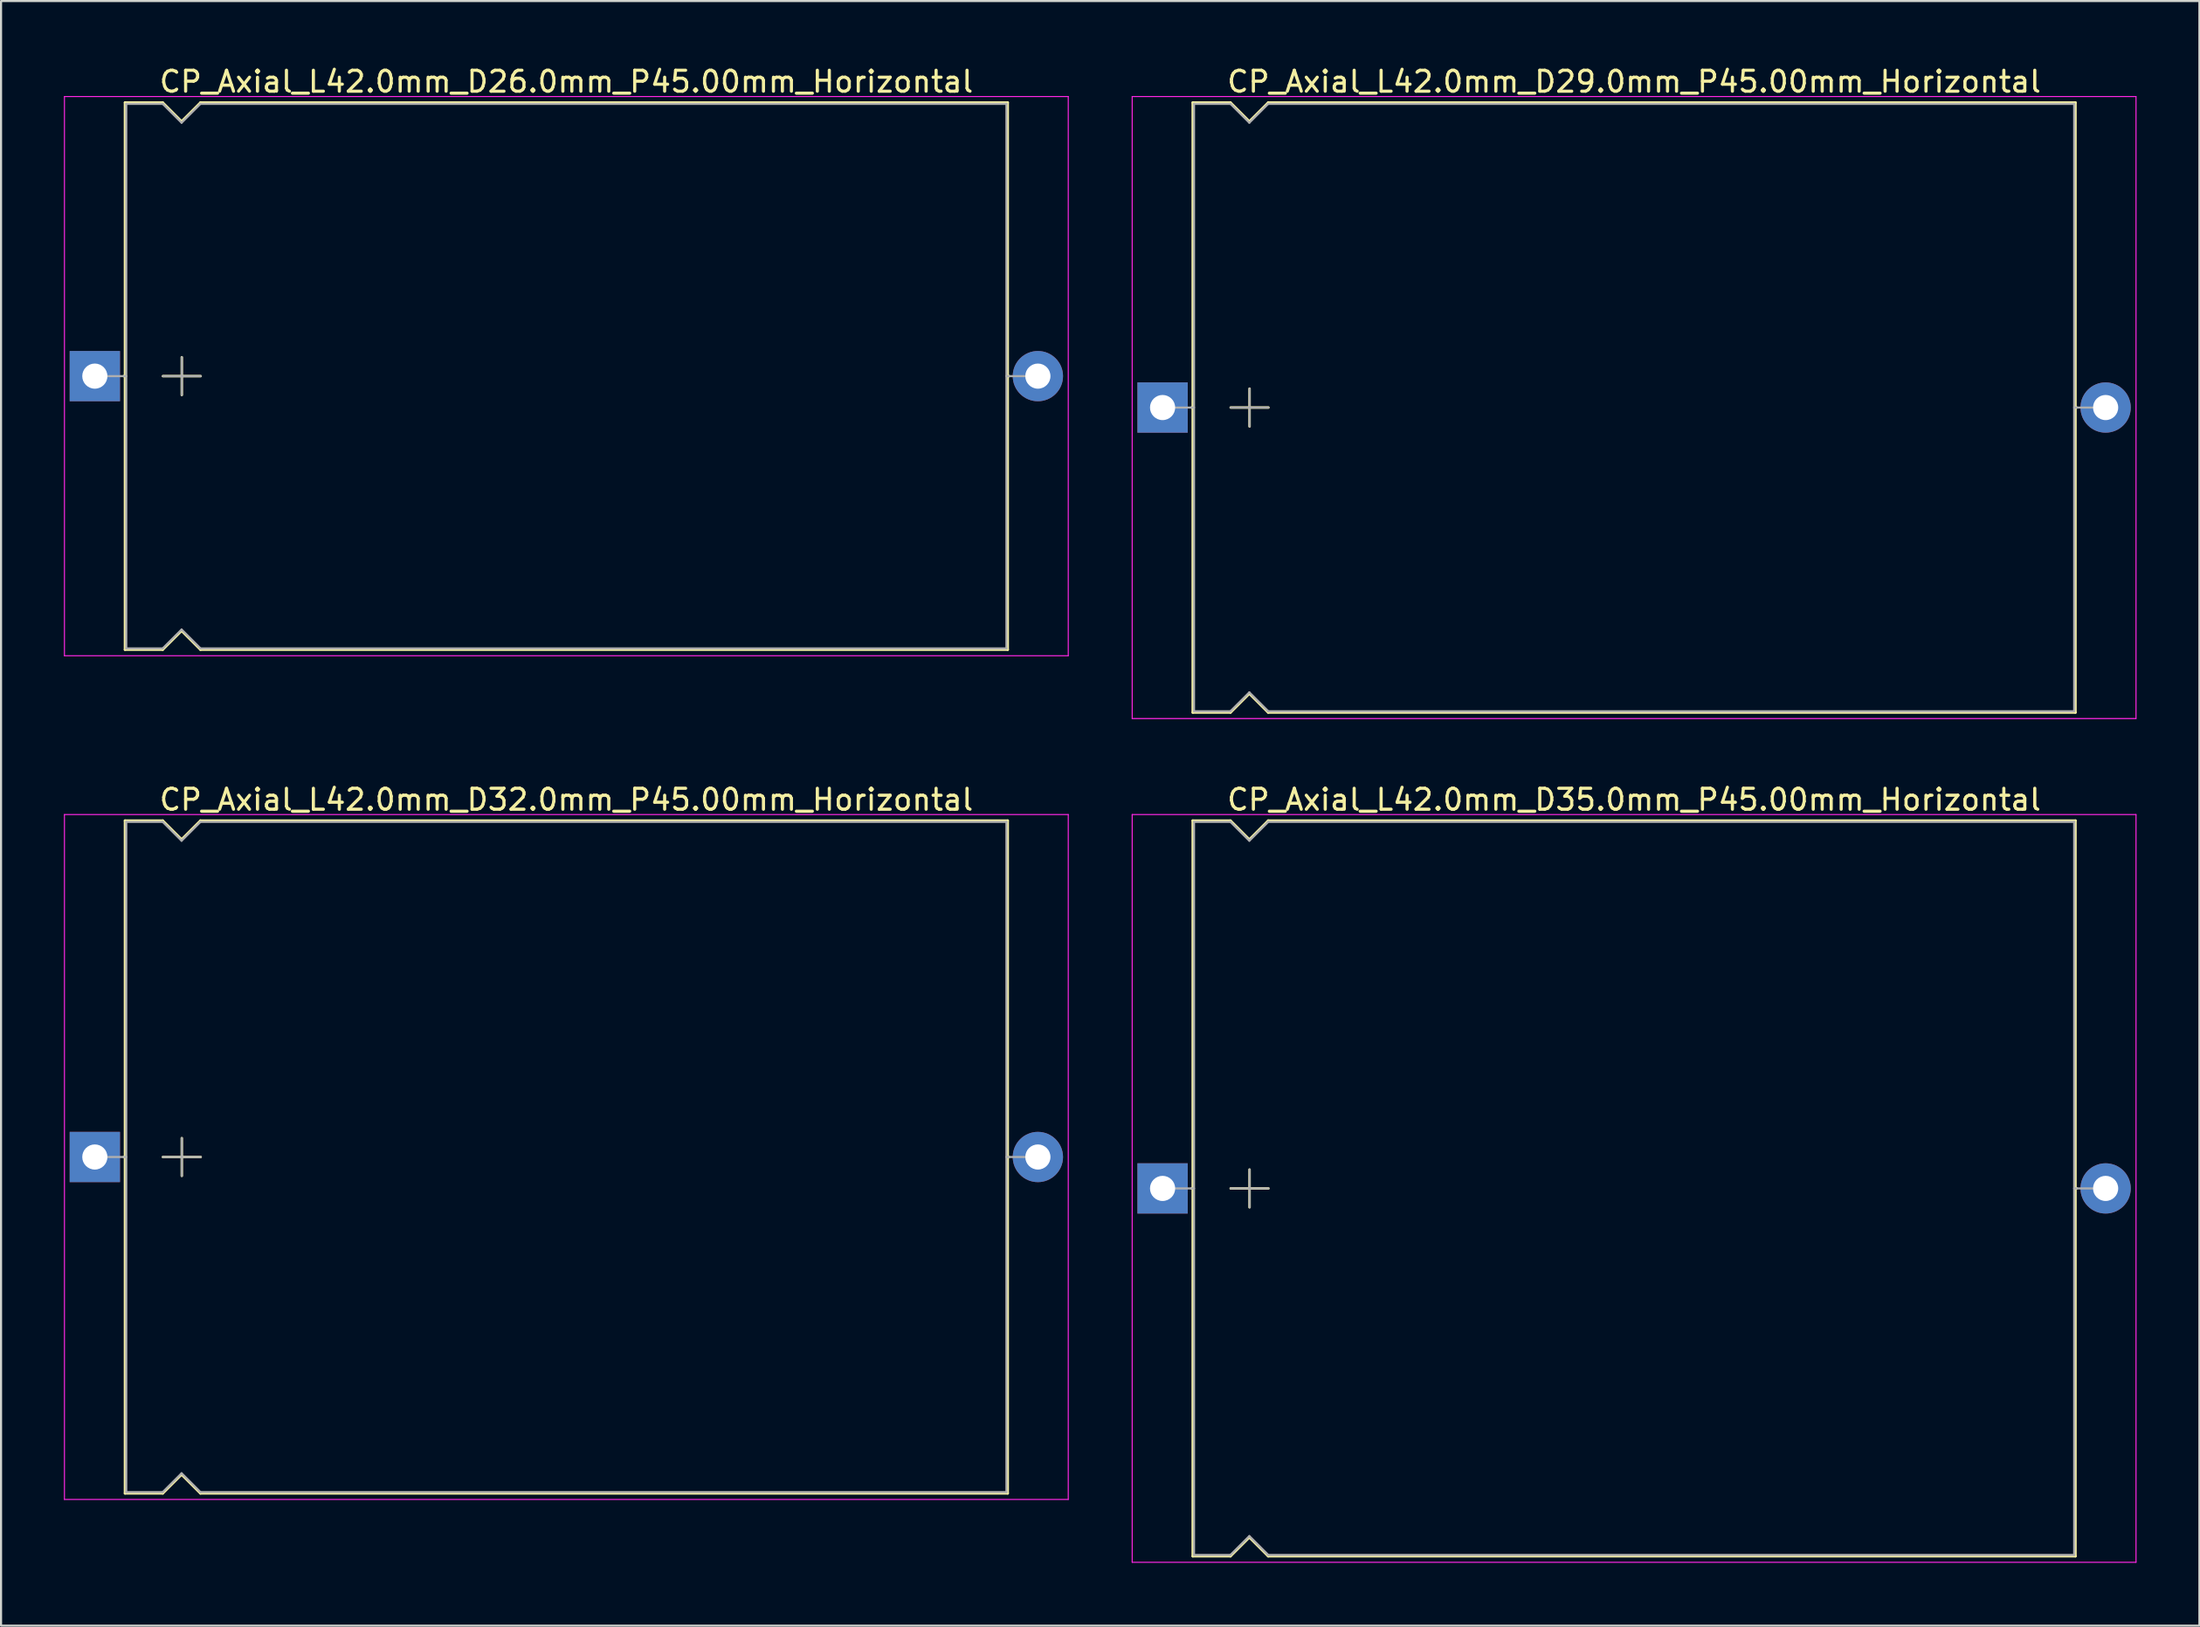
<source format=kicad_pcb>
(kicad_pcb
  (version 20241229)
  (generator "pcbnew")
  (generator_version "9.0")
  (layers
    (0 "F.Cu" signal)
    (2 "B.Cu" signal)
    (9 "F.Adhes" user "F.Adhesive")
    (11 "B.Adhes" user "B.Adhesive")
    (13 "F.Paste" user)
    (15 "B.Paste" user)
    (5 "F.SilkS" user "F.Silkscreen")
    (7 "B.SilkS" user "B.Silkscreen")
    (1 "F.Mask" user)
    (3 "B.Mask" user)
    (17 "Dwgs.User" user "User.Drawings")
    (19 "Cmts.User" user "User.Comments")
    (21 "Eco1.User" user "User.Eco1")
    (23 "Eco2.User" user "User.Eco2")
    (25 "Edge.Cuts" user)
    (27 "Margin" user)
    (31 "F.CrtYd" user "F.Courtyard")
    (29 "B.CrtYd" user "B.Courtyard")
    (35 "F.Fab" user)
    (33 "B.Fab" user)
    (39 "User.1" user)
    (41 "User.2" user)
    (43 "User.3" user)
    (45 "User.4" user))
  (footprint "CP_Axial_L42.0mm_D35.0mm_P45.00mm_Horizontal"
    (layer "F.Cu")
    (at 52.425 53.691)
    (property "Reference" "CP_Axial_L42.0mm_D35.0mm_P45.00mm_Horizontal" (at 22.5 -18.56 0) (layer "F.SilkS") (effects (font (size 1 1) (thickness 0.15))))
    (attr through_hole)
    (fp_line (start 1.38 0) (end 1.44 0) (stroke (width 0.12) (type solid)) (layer "F.SilkS"))
    (fp_line (start 1.44 -17.56) (end 1.44 17.56) (stroke (width 0.12) (type solid)) (layer "F.SilkS"))
    (fp_line (start 1.44 -17.56) (end 3.24 -17.56) (stroke (width 0.12) (type solid)) (layer "F.SilkS"))
    (fp_line (start 1.44 17.56) (end 3.24 17.56) (stroke (width 0.12) (type solid)) (layer "F.SilkS"))
    (fp_line (start 3.24 -17.56) (end 4.14 -16.66) (stroke (width 0.12) (type solid)) (layer "F.SilkS"))
    (fp_line (start 3.24 17.56) (end 4.14 16.66) (stroke (width 0.12) (type solid)) (layer "F.SilkS"))
    (fp_line (start 3.25 0) (end 5.05 0) (stroke (width 0.12) (type solid)) (layer "F.SilkS"))
    (fp_line (start 4.14 -16.66) (end 5.04 -17.56) (stroke (width 0.12) (type solid)) (layer "F.SilkS"))
    (fp_line (start 4.14 16.66) (end 5.04 17.56) (stroke (width 0.12) (type solid)) (layer "F.SilkS"))
    (fp_line (start 4.15 -0.9) (end 4.15 0.9) (stroke (width 0.12) (type solid)) (layer "F.SilkS"))
    (fp_line (start 5.04 -17.56) (end 43.56 -17.56) (stroke (width 0.12) (type solid)) (layer "F.SilkS"))
    (fp_line (start 5.04 17.56) (end 43.56 17.56) (stroke (width 0.12) (type solid)) (layer "F.SilkS"))
    (fp_line (start 43.56 -17.56) (end 43.56 17.56) (stroke (width 0.12) (type solid)) (layer "F.SilkS"))
    (fp_line (start 43.62 0) (end 43.56 0) (stroke (width 0.12) (type solid)) (layer "F.SilkS"))
    (fp_line (start -1.45 -17.85) (end -1.45 17.85) (stroke (width 0.05) (type solid)) (layer "F.CrtYd"))
    (fp_line (start -1.45 17.85) (end 46.45 17.85) (stroke (width 0.05) (type solid)) (layer "F.CrtYd"))
    (fp_line (start 46.45 -17.85) (end -1.45 -17.85) (stroke (width 0.05) (type solid)) (layer "F.CrtYd"))
    (fp_line (start 46.45 17.85) (end 46.45 -17.85) (stroke (width 0.05) (type solid)) (layer "F.CrtYd"))
    (fp_line (start 0 0) (end 1.5 0) (stroke (width 0.1) (type solid)) (layer "F.Fab"))
    (fp_line (start 1.5 -17.5) (end 1.5 17.5) (stroke (width 0.1) (type solid)) (layer "F.Fab"))
    (fp_line (start 1.5 -17.5) (end 3.24 -17.5) (stroke (width 0.1) (type solid)) (layer "F.Fab"))
    (fp_line (start 1.5 17.5) (end 3.24 17.5) (stroke (width 0.1) (type solid)) (layer "F.Fab"))
    (fp_line (start 3.24 -17.5) (end 4.14 -16.6) (stroke (width 0.1) (type solid)) (layer "F.Fab"))
    (fp_line (start 3.24 17.5) (end 4.14 16.6) (stroke (width 0.1) (type solid)) (layer "F.Fab"))
    (fp_line (start 3.25 0) (end 5.05 0) (stroke (width 0.1) (type solid)) (layer "F.Fab"))
    (fp_line (start 4.14 -16.6) (end 5.04 -17.5) (stroke (width 0.1) (type solid)) (layer "F.Fab"))
    (fp_line (start 4.14 16.6) (end 5.04 17.5) (stroke (width 0.1) (type solid)) (layer "F.Fab"))
    (fp_line (start 4.15 -0.9) (end 4.15 0.9) (stroke (width 0.1) (type solid)) (layer "F.Fab"))
    (fp_line (start 5.04 -17.5) (end 43.5 -17.5) (stroke (width 0.1) (type solid)) (layer "F.Fab"))
    (fp_line (start 5.04 17.5) (end 43.5 17.5) (stroke (width 0.1) (type solid)) (layer "F.Fab"))
    (fp_line (start 43.5 -17.5) (end 43.5 17.5) (stroke (width 0.1) (type solid)) (layer "F.Fab"))
    (fp_line (start 45 0) (end 43.5 0) (stroke (width 0.1) (type solid)) (layer "F.Fab"))
    (pad "1" thru_hole rect (at 0 0) (size 2.4 2.4) (drill 1.2) (layers "*.Cu" "*.Mask"))
    (pad "2" thru_hole oval (at 45 0) (size 2.4 2.4) (drill 1.2) (layers "*.Cu" "*.Mask")))
  (footprint "CP_Axial_L42.0mm_D32.0mm_P45.00mm_Horizontal"
    (layer "F.Cu")
    (at 1.475 52.191)
    (property "Reference" "CP_Axial_L42.0mm_D32.0mm_P45.00mm_Horizontal" (at 22.5 -17.06 0) (layer "F.SilkS") (effects (font (size 1 1) (thickness 0.15))))
    (attr through_hole)
    (fp_line (start 1.38 0) (end 1.44 0) (stroke (width 0.12) (type solid)) (layer "F.SilkS"))
    (fp_line (start 1.44 -16.06) (end 1.44 16.06) (stroke (width 0.12) (type solid)) (layer "F.SilkS"))
    (fp_line (start 1.44 -16.06) (end 3.24 -16.06) (stroke (width 0.12) (type solid)) (layer "F.SilkS"))
    (fp_line (start 1.44 16.06) (end 3.24 16.06) (stroke (width 0.12) (type solid)) (layer "F.SilkS"))
    (fp_line (start 3.24 -16.06) (end 4.14 -15.16) (stroke (width 0.12) (type solid)) (layer "F.SilkS"))
    (fp_line (start 3.24 16.06) (end 4.14 15.16) (stroke (width 0.12) (type solid)) (layer "F.SilkS"))
    (fp_line (start 3.25 0) (end 5.05 0) (stroke (width 0.12) (type solid)) (layer "F.SilkS"))
    (fp_line (start 4.14 -15.16) (end 5.04 -16.06) (stroke (width 0.12) (type solid)) (layer "F.SilkS"))
    (fp_line (start 4.14 15.16) (end 5.04 16.06) (stroke (width 0.12) (type solid)) (layer "F.SilkS"))
    (fp_line (start 4.15 -0.9) (end 4.15 0.9) (stroke (width 0.12) (type solid)) (layer "F.SilkS"))
    (fp_line (start 5.04 -16.06) (end 43.56 -16.06) (stroke (width 0.12) (type solid)) (layer "F.SilkS"))
    (fp_line (start 5.04 16.06) (end 43.56 16.06) (stroke (width 0.12) (type solid)) (layer "F.SilkS"))
    (fp_line (start 43.56 -16.06) (end 43.56 16.06) (stroke (width 0.12) (type solid)) (layer "F.SilkS"))
    (fp_line (start 43.62 0) (end 43.56 0) (stroke (width 0.12) (type solid)) (layer "F.SilkS"))
    (fp_line (start -1.45 -16.35) (end -1.45 16.35) (stroke (width 0.05) (type solid)) (layer "F.CrtYd"))
    (fp_line (start -1.45 16.35) (end 46.45 16.35) (stroke (width 0.05) (type solid)) (layer "F.CrtYd"))
    (fp_line (start 46.45 -16.35) (end -1.45 -16.35) (stroke (width 0.05) (type solid)) (layer "F.CrtYd"))
    (fp_line (start 46.45 16.35) (end 46.45 -16.35) (stroke (width 0.05) (type solid)) (layer "F.CrtYd"))
    (fp_line (start 0 0) (end 1.5 0) (stroke (width 0.1) (type solid)) (layer "F.Fab"))
    (fp_line (start 1.5 -16) (end 1.5 16) (stroke (width 0.1) (type solid)) (layer "F.Fab"))
    (fp_line (start 1.5 -16) (end 3.24 -16) (stroke (width 0.1) (type solid)) (layer "F.Fab"))
    (fp_line (start 1.5 16) (end 3.24 16) (stroke (width 0.1) (type solid)) (layer "F.Fab"))
    (fp_line (start 3.24 -16) (end 4.14 -15.1) (stroke (width 0.1) (type solid)) (layer "F.Fab"))
    (fp_line (start 3.24 16) (end 4.14 15.1) (stroke (width 0.1) (type solid)) (layer "F.Fab"))
    (fp_line (start 3.25 0) (end 5.05 0) (stroke (width 0.1) (type solid)) (layer "F.Fab"))
    (fp_line (start 4.14 -15.1) (end 5.04 -16) (stroke (width 0.1) (type solid)) (layer "F.Fab"))
    (fp_line (start 4.14 15.1) (end 5.04 16) (stroke (width 0.1) (type solid)) (layer "F.Fab"))
    (fp_line (start 4.15 -0.9) (end 4.15 0.9) (stroke (width 0.1) (type solid)) (layer "F.Fab"))
    (fp_line (start 5.04 -16) (end 43.5 -16) (stroke (width 0.1) (type solid)) (layer "F.Fab"))
    (fp_line (start 5.04 16) (end 43.5 16) (stroke (width 0.1) (type solid)) (layer "F.Fab"))
    (fp_line (start 43.5 -16) (end 43.5 16) (stroke (width 0.1) (type solid)) (layer "F.Fab"))
    (fp_line (start 45 0) (end 43.5 0) (stroke (width 0.1) (type solid)) (layer "F.Fab"))
    (pad "1" thru_hole rect (at 0 0) (size 2.4 2.4) (drill 1.2) (layers "*.Cu" "*.Mask"))
    (pad "2" thru_hole oval (at 45 0) (size 2.4 2.4) (drill 1.2) (layers "*.Cu" "*.Mask")))
  (footprint "CP_Axial_L42.0mm_D29.0mm_P45.00mm_Horizontal"
    (layer "F.Cu")
    (at 52.425 16.408)
    (property "Reference" "CP_Axial_L42.0mm_D29.0mm_P45.00mm_Horizontal" (at 22.5 -15.56 0) (layer "F.SilkS") (effects (font (size 1 1) (thickness 0.15))))
    (attr through_hole)
    (fp_line (start 1.38 0) (end 1.44 0) (stroke (width 0.12) (type solid)) (layer "F.SilkS"))
    (fp_line (start 1.44 -14.56) (end 1.44 14.56) (stroke (width 0.12) (type solid)) (layer "F.SilkS"))
    (fp_line (start 1.44 -14.56) (end 3.24 -14.56) (stroke (width 0.12) (type solid)) (layer "F.SilkS"))
    (fp_line (start 1.44 14.56) (end 3.24 14.56) (stroke (width 0.12) (type solid)) (layer "F.SilkS"))
    (fp_line (start 3.24 -14.56) (end 4.14 -13.66) (stroke (width 0.12) (type solid)) (layer "F.SilkS"))
    (fp_line (start 3.24 14.56) (end 4.14 13.66) (stroke (width 0.12) (type solid)) (layer "F.SilkS"))
    (fp_line (start 3.25 0) (end 5.05 0) (stroke (width 0.12) (type solid)) (layer "F.SilkS"))
    (fp_line (start 4.14 -13.66) (end 5.04 -14.56) (stroke (width 0.12) (type solid)) (layer "F.SilkS"))
    (fp_line (start 4.14 13.66) (end 5.04 14.56) (stroke (width 0.12) (type solid)) (layer "F.SilkS"))
    (fp_line (start 4.15 -0.9) (end 4.15 0.9) (stroke (width 0.12) (type solid)) (layer "F.SilkS"))
    (fp_line (start 5.04 -14.56) (end 43.56 -14.56) (stroke (width 0.12) (type solid)) (layer "F.SilkS"))
    (fp_line (start 5.04 14.56) (end 43.56 14.56) (stroke (width 0.12) (type solid)) (layer "F.SilkS"))
    (fp_line (start 43.56 -14.56) (end 43.56 14.56) (stroke (width 0.12) (type solid)) (layer "F.SilkS"))
    (fp_line (start 43.62 0) (end 43.56 0) (stroke (width 0.12) (type solid)) (layer "F.SilkS"))
    (fp_line (start -1.45 -14.85) (end -1.45 14.85) (stroke (width 0.05) (type solid)) (layer "F.CrtYd"))
    (fp_line (start -1.45 14.85) (end 46.45 14.85) (stroke (width 0.05) (type solid)) (layer "F.CrtYd"))
    (fp_line (start 46.45 -14.85) (end -1.45 -14.85) (stroke (width 0.05) (type solid)) (layer "F.CrtYd"))
    (fp_line (start 46.45 14.85) (end 46.45 -14.85) (stroke (width 0.05) (type solid)) (layer "F.CrtYd"))
    (fp_line (start 0 0) (end 1.5 0) (stroke (width 0.1) (type solid)) (layer "F.Fab"))
    (fp_line (start 1.5 -14.5) (end 1.5 14.5) (stroke (width 0.1) (type solid)) (layer "F.Fab"))
    (fp_line (start 1.5 -14.5) (end 3.24 -14.5) (stroke (width 0.1) (type solid)) (layer "F.Fab"))
    (fp_line (start 1.5 14.5) (end 3.24 14.5) (stroke (width 0.1) (type solid)) (layer "F.Fab"))
    (fp_line (start 3.24 -14.5) (end 4.14 -13.6) (stroke (width 0.1) (type solid)) (layer "F.Fab"))
    (fp_line (start 3.24 14.5) (end 4.14 13.6) (stroke (width 0.1) (type solid)) (layer "F.Fab"))
    (fp_line (start 3.25 0) (end 5.05 0) (stroke (width 0.1) (type solid)) (layer "F.Fab"))
    (fp_line (start 4.14 -13.6) (end 5.04 -14.5) (stroke (width 0.1) (type solid)) (layer "F.Fab"))
    (fp_line (start 4.14 13.6) (end 5.04 14.5) (stroke (width 0.1) (type solid)) (layer "F.Fab"))
    (fp_line (start 4.15 -0.9) (end 4.15 0.9) (stroke (width 0.1) (type solid)) (layer "F.Fab"))
    (fp_line (start 5.04 -14.5) (end 43.5 -14.5) (stroke (width 0.1) (type solid)) (layer "F.Fab"))
    (fp_line (start 5.04 14.5) (end 43.5 14.5) (stroke (width 0.1) (type solid)) (layer "F.Fab"))
    (fp_line (start 43.5 -14.5) (end 43.5 14.5) (stroke (width 0.1) (type solid)) (layer "F.Fab"))
    (fp_line (start 45 0) (end 43.5 0) (stroke (width 0.1) (type solid)) (layer "F.Fab"))
    (pad "1" thru_hole rect (at 0 0) (size 2.4 2.4) (drill 1.2) (layers "*.Cu" "*.Mask"))
    (pad "2" thru_hole oval (at 45 0) (size 2.4 2.4) (drill 1.2) (layers "*.Cu" "*.Mask")))
  (footprint "CP_Axial_L42.0mm_D26.0mm_P45.00mm_Horizontal"
    (layer "F.Cu")
    (at 1.475 14.908)
    (property "Reference" "CP_Axial_L42.0mm_D26.0mm_P45.00mm_Horizontal" (at 22.5 -14.06 0) (layer "F.SilkS") (effects (font (size 1 1) (thickness 0.15))))
    (attr through_hole)
    (fp_line (start 1.38 0) (end 1.44 0) (stroke (width 0.12) (type solid)) (layer "F.SilkS"))
    (fp_line (start 1.44 -13.06) (end 1.44 13.06) (stroke (width 0.12) (type solid)) (layer "F.SilkS"))
    (fp_line (start 1.44 -13.06) (end 3.24 -13.06) (stroke (width 0.12) (type solid)) (layer "F.SilkS"))
    (fp_line (start 1.44 13.06) (end 3.24 13.06) (stroke (width 0.12) (type solid)) (layer "F.SilkS"))
    (fp_line (start 3.24 -13.06) (end 4.14 -12.16) (stroke (width 0.12) (type solid)) (layer "F.SilkS"))
    (fp_line (start 3.24 13.06) (end 4.14 12.16) (stroke (width 0.12) (type solid)) (layer "F.SilkS"))
    (fp_line (start 3.25 0) (end 5.05 0) (stroke (width 0.12) (type solid)) (layer "F.SilkS"))
    (fp_line (start 4.14 -12.16) (end 5.04 -13.06) (stroke (width 0.12) (type solid)) (layer "F.SilkS"))
    (fp_line (start 4.14 12.16) (end 5.04 13.06) (stroke (width 0.12) (type solid)) (layer "F.SilkS"))
    (fp_line (start 4.15 -0.9) (end 4.15 0.9) (stroke (width 0.12) (type solid)) (layer "F.SilkS"))
    (fp_line (start 5.04 -13.06) (end 43.56 -13.06) (stroke (width 0.12) (type solid)) (layer "F.SilkS"))
    (fp_line (start 5.04 13.06) (end 43.56 13.06) (stroke (width 0.12) (type solid)) (layer "F.SilkS"))
    (fp_line (start 43.56 -13.06) (end 43.56 13.06) (stroke (width 0.12) (type solid)) (layer "F.SilkS"))
    (fp_line (start 43.62 0) (end 43.56 0) (stroke (width 0.12) (type solid)) (layer "F.SilkS"))
    (fp_line (start -1.45 -13.35) (end -1.45 13.35) (stroke (width 0.05) (type solid)) (layer "F.CrtYd"))
    (fp_line (start -1.45 13.35) (end 46.45 13.35) (stroke (width 0.05) (type solid)) (layer "F.CrtYd"))
    (fp_line (start 46.45 -13.35) (end -1.45 -13.35) (stroke (width 0.05) (type solid)) (layer "F.CrtYd"))
    (fp_line (start 46.45 13.35) (end 46.45 -13.35) (stroke (width 0.05) (type solid)) (layer "F.CrtYd"))
    (fp_line (start 0 0) (end 1.5 0) (stroke (width 0.1) (type solid)) (layer "F.Fab"))
    (fp_line (start 1.5 -13) (end 1.5 13) (stroke (width 0.1) (type solid)) (layer "F.Fab"))
    (fp_line (start 1.5 -13) (end 3.24 -13) (stroke (width 0.1) (type solid)) (layer "F.Fab"))
    (fp_line (start 1.5 13) (end 3.24 13) (stroke (width 0.1) (type solid)) (layer "F.Fab"))
    (fp_line (start 3.24 -13) (end 4.14 -12.1) (stroke (width 0.1) (type solid)) (layer "F.Fab"))
    (fp_line (start 3.24 13) (end 4.14 12.1) (stroke (width 0.1) (type solid)) (layer "F.Fab"))
    (fp_line (start 3.25 0) (end 5.05 0) (stroke (width 0.1) (type solid)) (layer "F.Fab"))
    (fp_line (start 4.14 -12.1) (end 5.04 -13) (stroke (width 0.1) (type solid)) (layer "F.Fab"))
    (fp_line (start 4.14 12.1) (end 5.04 13) (stroke (width 0.1) (type solid)) (layer "F.Fab"))
    (fp_line (start 4.15 -0.9) (end 4.15 0.9) (stroke (width 0.1) (type solid)) (layer "F.Fab"))
    (fp_line (start 5.04 -13) (end 43.5 -13) (stroke (width 0.1) (type solid)) (layer "F.Fab"))
    (fp_line (start 5.04 13) (end 43.5 13) (stroke (width 0.1) (type solid)) (layer "F.Fab"))
    (fp_line (start 43.5 -13) (end 43.5 13) (stroke (width 0.1) (type solid)) (layer "F.Fab"))
    (fp_line (start 45 0) (end 43.5 0) (stroke (width 0.1) (type solid)) (layer "F.Fab"))
    (pad "1" thru_hole rect (at 0 0) (size 2.4 2.4) (drill 1.2) (layers "*.Cu" "*.Mask"))
    (pad "2" thru_hole oval (at 45 0) (size 2.4 2.4) (drill 1.2) (layers "*.Cu" "*.Mask")))
  (gr_rect
    (start -3 -3)
    (end 101.9 74.567)
    (stroke (width 0.1) (type default))
    (fill no)
    (layer "Edge.Cuts")))
</source>
